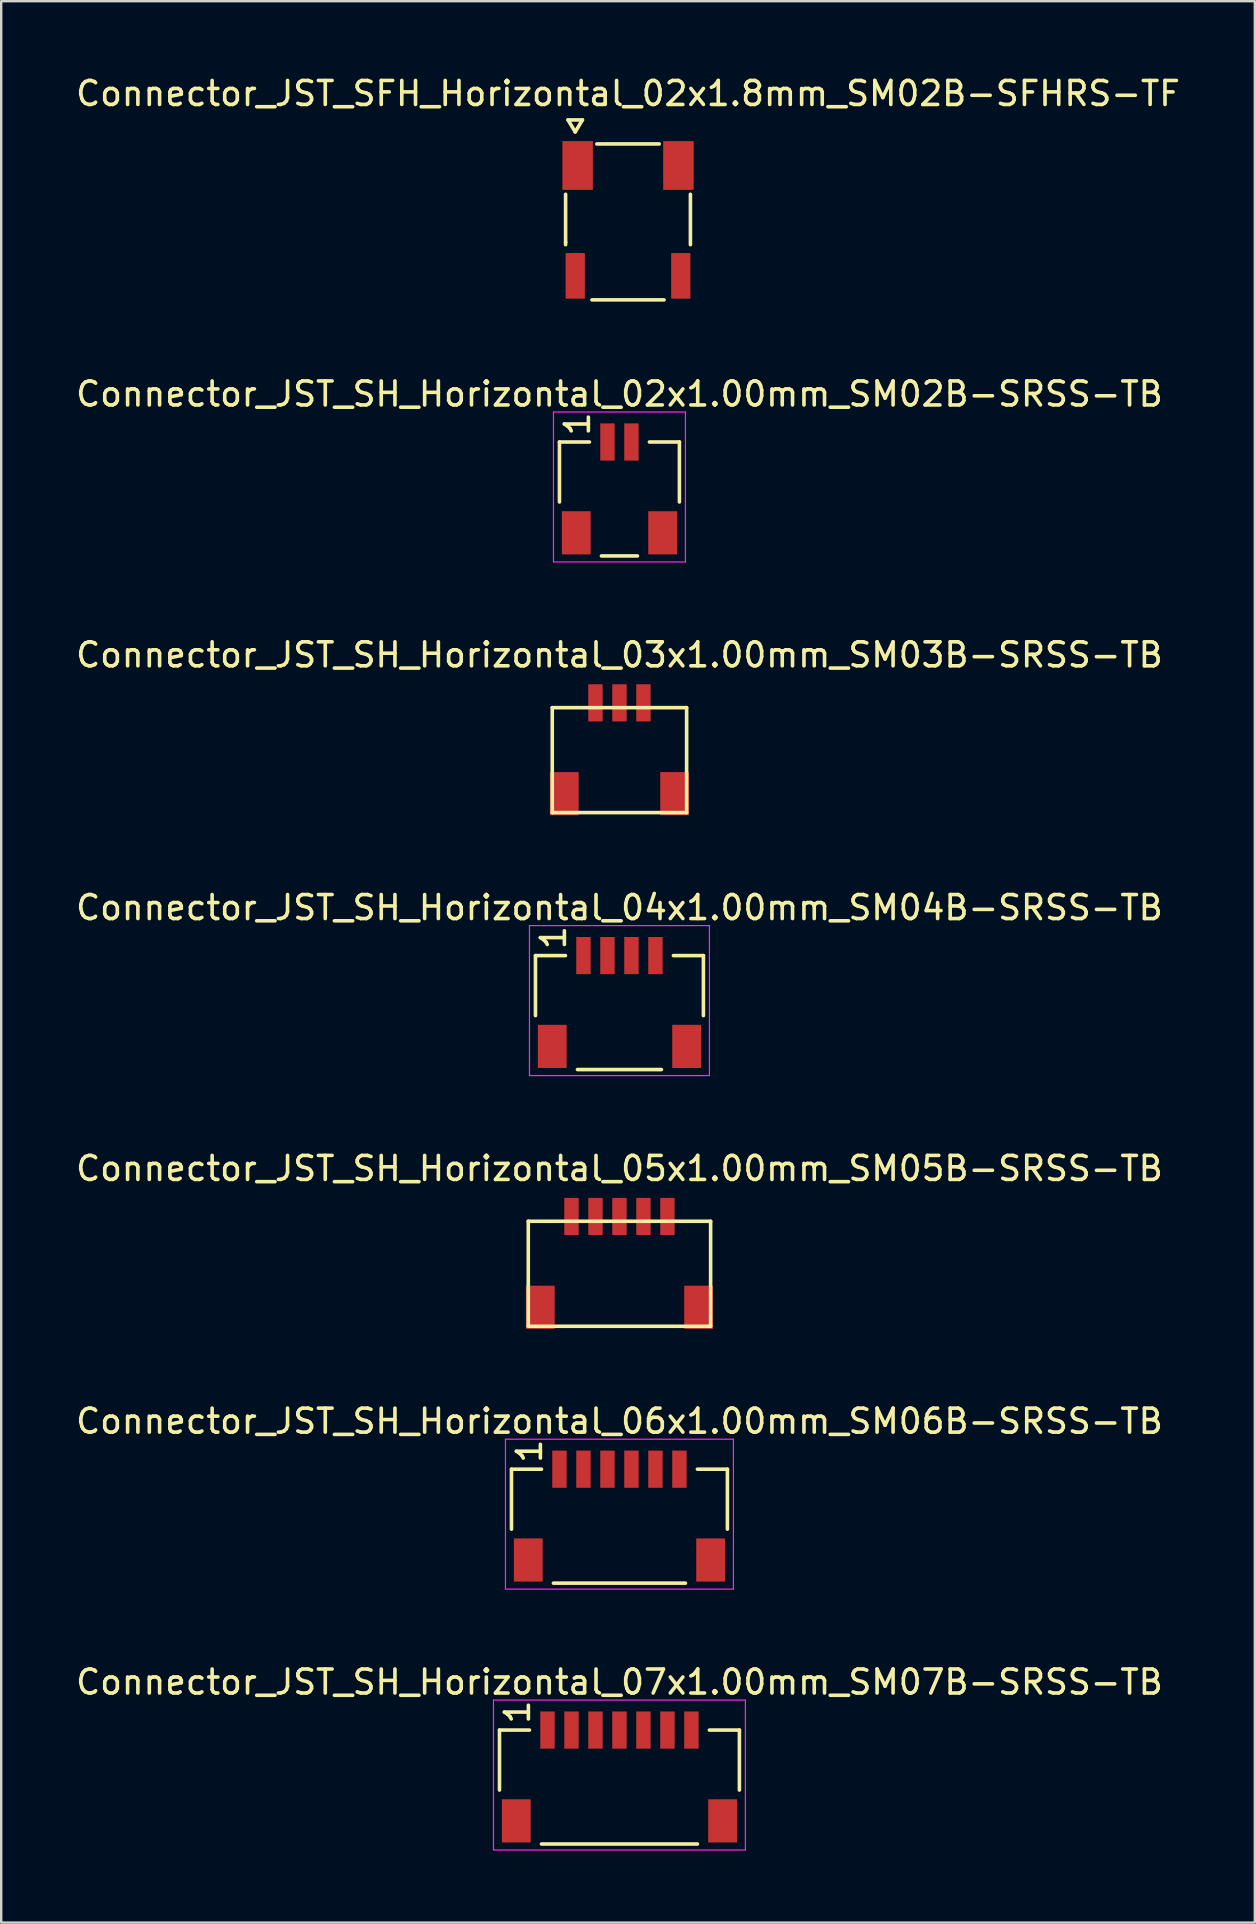
<source format=kicad_pcb>
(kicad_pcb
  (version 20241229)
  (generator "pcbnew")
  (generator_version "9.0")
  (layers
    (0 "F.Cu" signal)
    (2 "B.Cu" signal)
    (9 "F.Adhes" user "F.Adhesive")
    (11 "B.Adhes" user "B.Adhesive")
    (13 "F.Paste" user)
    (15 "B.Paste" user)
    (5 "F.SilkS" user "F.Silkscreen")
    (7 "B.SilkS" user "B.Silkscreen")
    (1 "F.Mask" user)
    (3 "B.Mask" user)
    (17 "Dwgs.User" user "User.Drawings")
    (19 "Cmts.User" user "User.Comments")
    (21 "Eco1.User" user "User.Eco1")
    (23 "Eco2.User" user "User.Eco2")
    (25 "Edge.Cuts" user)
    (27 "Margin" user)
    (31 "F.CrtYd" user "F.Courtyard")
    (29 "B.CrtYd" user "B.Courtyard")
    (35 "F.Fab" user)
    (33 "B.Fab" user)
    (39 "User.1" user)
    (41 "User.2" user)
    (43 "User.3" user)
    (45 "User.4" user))
  (footprint "Connector_JST_SH_Horizontal_07x1.00mm_SM07B-SRSS-TB"
    (layer "F.Cu")
    (at 19.768 69.058)
    (property "Reference" "Connector_JST_SH_Horizontal_07x1.00mm_SM07B-SRSS-TB" (at 3 -2 0) (layer "F.SilkS") (effects (font (size 1 1) (thickness 0.15))))
    (attr smd)
    (fp_line (start -2 0) (end -0.75 0) (stroke (width 0.15) (type solid)) (layer "F.SilkS"))
    (fp_line (start -2 2.5) (end -2 0) (stroke (width 0.15) (type solid)) (layer "F.SilkS"))
    (fp_line (start -0.25 4.75) (end 6.25 4.75) (stroke (width 0.15) (type solid)) (layer "F.SilkS"))
    (fp_line (start 6.75 0) (end 8 0) (stroke (width 0.15) (type solid)) (layer "F.SilkS"))
    (fp_line (start 8 2.5) (end 8 0) (stroke (width 0.15) (type solid)) (layer "F.SilkS"))
    (fp_line (start -2.25 -1.25) (end 8.25 -1.25) (stroke (width 0.05) (type solid)) (layer "F.CrtYd"))
    (fp_line (start -2.25 5) (end -2.25 -1.25) (stroke (width 0.05) (type solid)) (layer "F.CrtYd"))
    (fp_line (start 8.25 -1.25) (end 8.25 5) (stroke (width 0.05) (type solid)) (layer "F.CrtYd"))
    (fp_line (start 8.25 5) (end -2.25 5) (stroke (width 0.05) (type solid)) (layer "F.CrtYd"))
    (fp_text user "1" (at -1.25 -0.75 90) (layer "F.SilkS") (effects (font (size 1 1) (thickness 0.15))))
    (pad "" smd rect (at -1.3 3.785) (size 1.2 1.8) (layers "F.Cu" "F.Mask" "F.Paste"))
    (pad "" smd rect (at 7.3 3.785) (size 1.2 1.8) (layers "F.Cu" "F.Mask" "F.Paste"))
    (pad "1" smd rect (at 0 0) (size 0.6 1.55) (layers "F.Cu" "F.Mask" "F.Paste"))
    (pad "2" smd rect (at 1 0) (size 0.6 1.55) (layers "F.Cu" "F.Mask" "F.Paste"))
    (pad "3" smd rect (at 2 0) (size 0.6 1.55) (layers "F.Cu" "F.Mask" "F.Paste"))
    (pad "4" smd rect (at 3 0) (size 0.6 1.55) (layers "F.Cu" "F.Mask" "F.Paste"))
    (pad "5" smd rect (at 4 0) (size 0.6 1.55) (layers "F.Cu" "F.Mask" "F.Paste"))
    (pad "6" smd rect (at 5 0) (size 0.6 1.55) (layers "F.Cu" "F.Mask" "F.Paste"))
    (pad "7" smd rect (at 6 0) (size 0.6 1.55) (layers "F.Cu" "F.Mask" "F.Paste")))
  (footprint "Connector_JST_SH_Horizontal_05x1.00mm_SM05B-SRSS-TB"
    (layer "F.Cu")
    (at 22.768 47.652)
    (property "Reference" "Connector_JST_SH_Horizontal_05x1.00mm_SM05B-SRSS-TB" (at 0 -2 0) (layer "F.SilkS") (effects (font (size 1 1) (thickness 0.15))))
    (attr smd)
    (fp_line (start -3.8 0.2) (end 3.8 0.2) (stroke (width 0.15) (type solid)) (layer "F.SilkS"))
    (fp_line (start -3.8 4.575) (end -3.8 0.2) (stroke (width 0.15) (type solid)) (layer "F.SilkS"))
    (fp_line (start -3.8 4.575) (end 3.8 4.575) (stroke (width 0.15) (type solid)) (layer "F.SilkS"))
    (fp_line (start 3.8 4.575) (end 3.8 0.2) (stroke (width 0.15) (type solid)) (layer "F.SilkS"))
    (pad "1" smd rect (at -2 0) (size 0.6 1.55) (layers "F.Cu" "F.Mask" "F.Paste"))
    (pad "2" smd rect (at -1 0) (size 0.6 1.55) (layers "F.Cu" "F.Mask" "F.Paste"))
    (pad "3" smd rect (at 0 0) (size 0.6 1.55) (layers "F.Cu" "F.Mask" "F.Paste"))
    (pad "4" smd rect (at 1 0) (size 0.6 1.55) (layers "F.Cu" "F.Mask" "F.Paste"))
    (pad "5" smd rect (at 2 0) (size 0.6 1.55) (layers "F.Cu" "F.Mask" "F.Paste"))
    (pad "6" smd rect (at -3.3 3.785) (size 1.2 1.8) (layers "F.Cu" "F.Mask" "F.Paste"))
    (pad "6" smd rect (at 3.3 3.785) (size 1.2 1.8) (layers "F.Cu" "F.Mask" "F.Paste")))
  (footprint "Connector_JST_SH_Horizontal_03x1.00mm_SM03B-SRSS-TB"
    (layer "F.Cu")
    (at 22.768 26.245)
    (property "Reference" "Connector_JST_SH_Horizontal_03x1.00mm_SM03B-SRSS-TB" (at 0 -2 0) (layer "F.SilkS") (effects (font (size 1 1) (thickness 0.15))))
    (attr smd)
    (fp_line (start -2.8 0.2) (end 2.8 0.2) (stroke (width 0.15) (type solid)) (layer "F.SilkS"))
    (fp_line (start -2.8 4.575) (end -2.8 0.2) (stroke (width 0.15) (type solid)) (layer "F.SilkS"))
    (fp_line (start -2.8 4.575) (end 2.8 4.575) (stroke (width 0.15) (type solid)) (layer "F.SilkS"))
    (fp_line (start 2.8 4.575) (end 2.8 0.2) (stroke (width 0.15) (type solid)) (layer "F.SilkS"))
    (pad "1" smd rect (at -1 0) (size 0.6 1.55) (layers "F.Cu" "F.Mask" "F.Paste"))
    (pad "2" smd rect (at 0 0) (size 0.6 1.55) (layers "F.Cu" "F.Mask" "F.Paste"))
    (pad "3" smd rect (at 1 0) (size 0.6 1.55) (layers "F.Cu" "F.Mask" "F.Paste"))
    (pad "4" smd rect (at -2.3 3.785) (size 1.2 1.8) (layers "F.Cu" "F.Mask" "F.Paste"))
    (pad "4" smd rect (at 2.3 3.785) (size 1.2 1.8) (layers "F.Cu" "F.Mask" "F.Paste")))
  (footprint "Connector_JST_SH_Horizontal_06x1.00mm_SM06B-SRSS-TB"
    (layer "F.Cu")
    (at 20.268 58.185)
    (property "Reference" "Connector_JST_SH_Horizontal_06x1.00mm_SM06B-SRSS-TB" (at 2.5 -2 0) (layer "F.SilkS") (effects (font (size 1 1) (thickness 0.15))))
    (attr smd)
    (fp_line (start -2 0) (end -0.75 0) (stroke (width 0.15) (type solid)) (layer "F.SilkS"))
    (fp_line (start -2 2.5) (end -2 0) (stroke (width 0.15) (type solid)) (layer "F.SilkS"))
    (fp_line (start -0.25 4.75) (end 5.25 4.75) (stroke (width 0.15) (type solid)) (layer "F.SilkS"))
    (fp_line (start 5.75 0) (end 7 0) (stroke (width 0.15) (type solid)) (layer "F.SilkS"))
    (fp_line (start 7 2.5) (end 7 0) (stroke (width 0.15) (type solid)) (layer "F.SilkS"))
    (fp_line (start -2.25 -1.25) (end 7.25 -1.25) (stroke (width 0.05) (type solid)) (layer "F.CrtYd"))
    (fp_line (start -2.25 5) (end -2.25 -1.25) (stroke (width 0.05) (type solid)) (layer "F.CrtYd"))
    (fp_line (start 7.25 -1.25) (end 7.25 5) (stroke (width 0.05) (type solid)) (layer "F.CrtYd"))
    (fp_line (start 7.25 5) (end -2.25 5) (stroke (width 0.05) (type solid)) (layer "F.CrtYd"))
    (fp_text user "1" (at -1.25 -0.75 90) (layer "F.SilkS") (effects (font (size 1 1) (thickness 0.15))))
    (pad "" smd rect (at -1.3 3.785) (size 1.2 1.8) (layers "F.Cu" "F.Mask" "F.Paste"))
    (pad "" smd rect (at 6.3 3.785) (size 1.2 1.8) (layers "F.Cu" "F.Mask" "F.Paste"))
    (pad "1" smd rect (at 0 0) (size 0.6 1.55) (layers "F.Cu" "F.Mask" "F.Paste"))
    (pad "2" smd rect (at 1 0) (size 0.6 1.55) (layers "F.Cu" "F.Mask" "F.Paste"))
    (pad "3" smd rect (at 2 0) (size 0.6 1.55) (layers "F.Cu" "F.Mask" "F.Paste"))
    (pad "4" smd rect (at 3 0) (size 0.6 1.55) (layers "F.Cu" "F.Mask" "F.Paste"))
    (pad "5" smd rect (at 4 0) (size 0.6 1.55) (layers "F.Cu" "F.Mask" "F.Paste"))
    (pad "6" smd rect (at 5 0) (size 0.6 1.55) (layers "F.Cu" "F.Mask" "F.Paste")))
  (footprint "Connector_JST_SFH_Horizontal_02x1.8mm_SM02B-SFHRS-TF"
    (layer "F.Cu")
    (at 23.125 3.848)
    (property "Reference" "Connector_JST_SFH_Horizontal_02x1.8mm_SM02B-SFHRS-TF" (at 0 -3 0) (layer "F.SilkS") (effects (font (size 1 1) (thickness 0.15))))
    (attr smd)
    (fp_line (start -2.601 1.199) (end -2.601 3.2) (stroke (width 0.15) (type solid)) (layer "F.SilkS"))
    (fp_line (start -2.601 3.2) (end -2.601 3.299) (stroke (width 0.15) (type solid)) (layer "F.SilkS"))
    (fp_line (start -2.5 -1.9) (end -2.2 -1.4) (stroke (width 0.15) (type solid)) (layer "F.SilkS"))
    (fp_line (start -2.2 -1.4) (end -1.9 -1.9) (stroke (width 0.15) (type solid)) (layer "F.SilkS"))
    (fp_line (start -1.9 -1.9) (end -2.5 -1.9) (stroke (width 0.15) (type solid)) (layer "F.SilkS"))
    (fp_line (start -1.3 -0.899) (end 1.3 -0.899) (stroke (width 0.15) (type solid)) (layer "F.SilkS"))
    (fp_line (start 1.501 5.601) (end -1.501 5.601) (stroke (width 0.15) (type solid)) (layer "F.SilkS"))
    (fp_line (start 2.601 1.199) (end 2.601 3.299) (stroke (width 0.15) (type solid)) (layer "F.SilkS"))
    (pad "" smd rect (at -2.2 4.6) (size 0.8 1.9) (layers "F.Cu" "F.Mask" "F.Paste"))
    (pad "" smd rect (at 2.2 4.6) (size 0.8 1.9) (layers "F.Cu" "F.Mask" "F.Paste"))
    (pad "1" smd rect (at -2.101 0) (size 1.27 2.032) (layers "F.Cu" "F.Mask" "F.Paste"))
    (pad "2" smd rect (at 2.101 0) (size 1.27 2.032) (layers "F.Cu" "F.Mask" "F.Paste")))
  (footprint "Connector_JST_SH_Horizontal_02x1.00mm_SM02B-SRSS-TB"
    (layer "F.Cu")
    (at 22.268 15.372)
    (property "Reference" "Connector_JST_SH_Horizontal_02x1.00mm_SM02B-SRSS-TB" (at 0.5 -2 0) (layer "F.SilkS") (effects (font (size 1 1) (thickness 0.15))))
    (attr smd)
    (fp_line (start -2 0) (end -0.75 0) (stroke (width 0.15) (type solid)) (layer "F.SilkS"))
    (fp_line (start -2 2.5) (end -2 0) (stroke (width 0.15) (type solid)) (layer "F.SilkS"))
    (fp_line (start -0.25 4.75) (end 1.25 4.75) (stroke (width 0.15) (type solid)) (layer "F.SilkS"))
    (fp_line (start 1.75 0) (end 3 0) (stroke (width 0.15) (type solid)) (layer "F.SilkS"))
    (fp_line (start 3 2.5) (end 3 0) (stroke (width 0.15) (type solid)) (layer "F.SilkS"))
    (fp_line (start -2.25 -1.25) (end 3.25 -1.25) (stroke (width 0.05) (type solid)) (layer "F.CrtYd"))
    (fp_line (start -2.25 5) (end -2.25 -1.25) (stroke (width 0.05) (type solid)) (layer "F.CrtYd"))
    (fp_line (start 3.25 -1.25) (end 3.25 5) (stroke (width 0.05) (type solid)) (layer "F.CrtYd"))
    (fp_line (start 3.25 5) (end -2.25 5) (stroke (width 0.05) (type solid)) (layer "F.CrtYd"))
    (fp_text user "1" (at -1.25 -0.75 90) (layer "F.SilkS") (effects (font (size 1 1) (thickness 0.15))))
    (pad "" smd rect (at -1.3 3.785) (size 1.2 1.8) (layers "F.Cu" "F.Mask" "F.Paste"))
    (pad "" smd rect (at 2.3 3.785) (size 1.2 1.8) (layers "F.Cu" "F.Mask" "F.Paste"))
    (pad "1" smd rect (at 0 0) (size 0.6 1.55) (layers "F.Cu" "F.Mask" "F.Paste"))
    (pad "2" smd rect (at 1 0) (size 0.6 1.55) (layers "F.Cu" "F.Mask" "F.Paste")))
  (footprint "Connector_JST_SH_Horizontal_04x1.00mm_SM04B-SRSS-TB"
    (layer "F.Cu")
    (at 21.268 36.779)
    (property "Reference" "Connector_JST_SH_Horizontal_04x1.00mm_SM04B-SRSS-TB" (at 1.5 -2 0) (layer "F.SilkS") (effects (font (size 1 1) (thickness 0.15))))
    (attr smd)
    (fp_line (start -2 0) (end -0.75 0) (stroke (width 0.15) (type solid)) (layer "F.SilkS"))
    (fp_line (start -2 2.5) (end -2 0) (stroke (width 0.15) (type solid)) (layer "F.SilkS"))
    (fp_line (start -0.25 4.75) (end 3.25 4.75) (stroke (width 0.15) (type solid)) (layer "F.SilkS"))
    (fp_line (start 3.75 0) (end 5 0) (stroke (width 0.15) (type solid)) (layer "F.SilkS"))
    (fp_line (start 5 2.5) (end 5 0) (stroke (width 0.15) (type solid)) (layer "F.SilkS"))
    (fp_line (start -2.25 -1.25) (end 5.25 -1.25) (stroke (width 0.05) (type solid)) (layer "F.CrtYd"))
    (fp_line (start -2.25 5) (end -2.25 -1.25) (stroke (width 0.05) (type solid)) (layer "F.CrtYd"))
    (fp_line (start 5.25 -1.25) (end 5.25 5) (stroke (width 0.05) (type solid)) (layer "F.CrtYd"))
    (fp_line (start 5.25 5) (end -2.25 5) (stroke (width 0.05) (type solid)) (layer "F.CrtYd"))
    (fp_text user "1" (at -1.25 -0.75 90) (layer "F.SilkS") (effects (font (size 1 1) (thickness 0.15))))
    (pad "" smd rect (at -1.3 3.785) (size 1.2 1.8) (layers "F.Cu" "F.Mask" "F.Paste"))
    (pad "" smd rect (at 4.3 3.785) (size 1.2 1.8) (layers "F.Cu" "F.Mask" "F.Paste"))
    (pad "1" smd rect (at 0 0) (size 0.6 1.55) (layers "F.Cu" "F.Mask" "F.Paste"))
    (pad "2" smd rect (at 1 0) (size 0.6 1.55) (layers "F.Cu" "F.Mask" "F.Paste"))
    (pad "3" smd rect (at 2 0) (size 0.6 1.55) (layers "F.Cu" "F.Mask" "F.Paste"))
    (pad "4" smd rect (at 3 0) (size 0.6 1.55) (layers "F.Cu" "F.Mask" "F.Paste")))
  (gr_rect
    (start -3 -3)
    (end 49.25 77.083)
    (stroke (width 0.1) (type default))
    (fill no)
    (layer "Edge.Cuts")))
</source>
